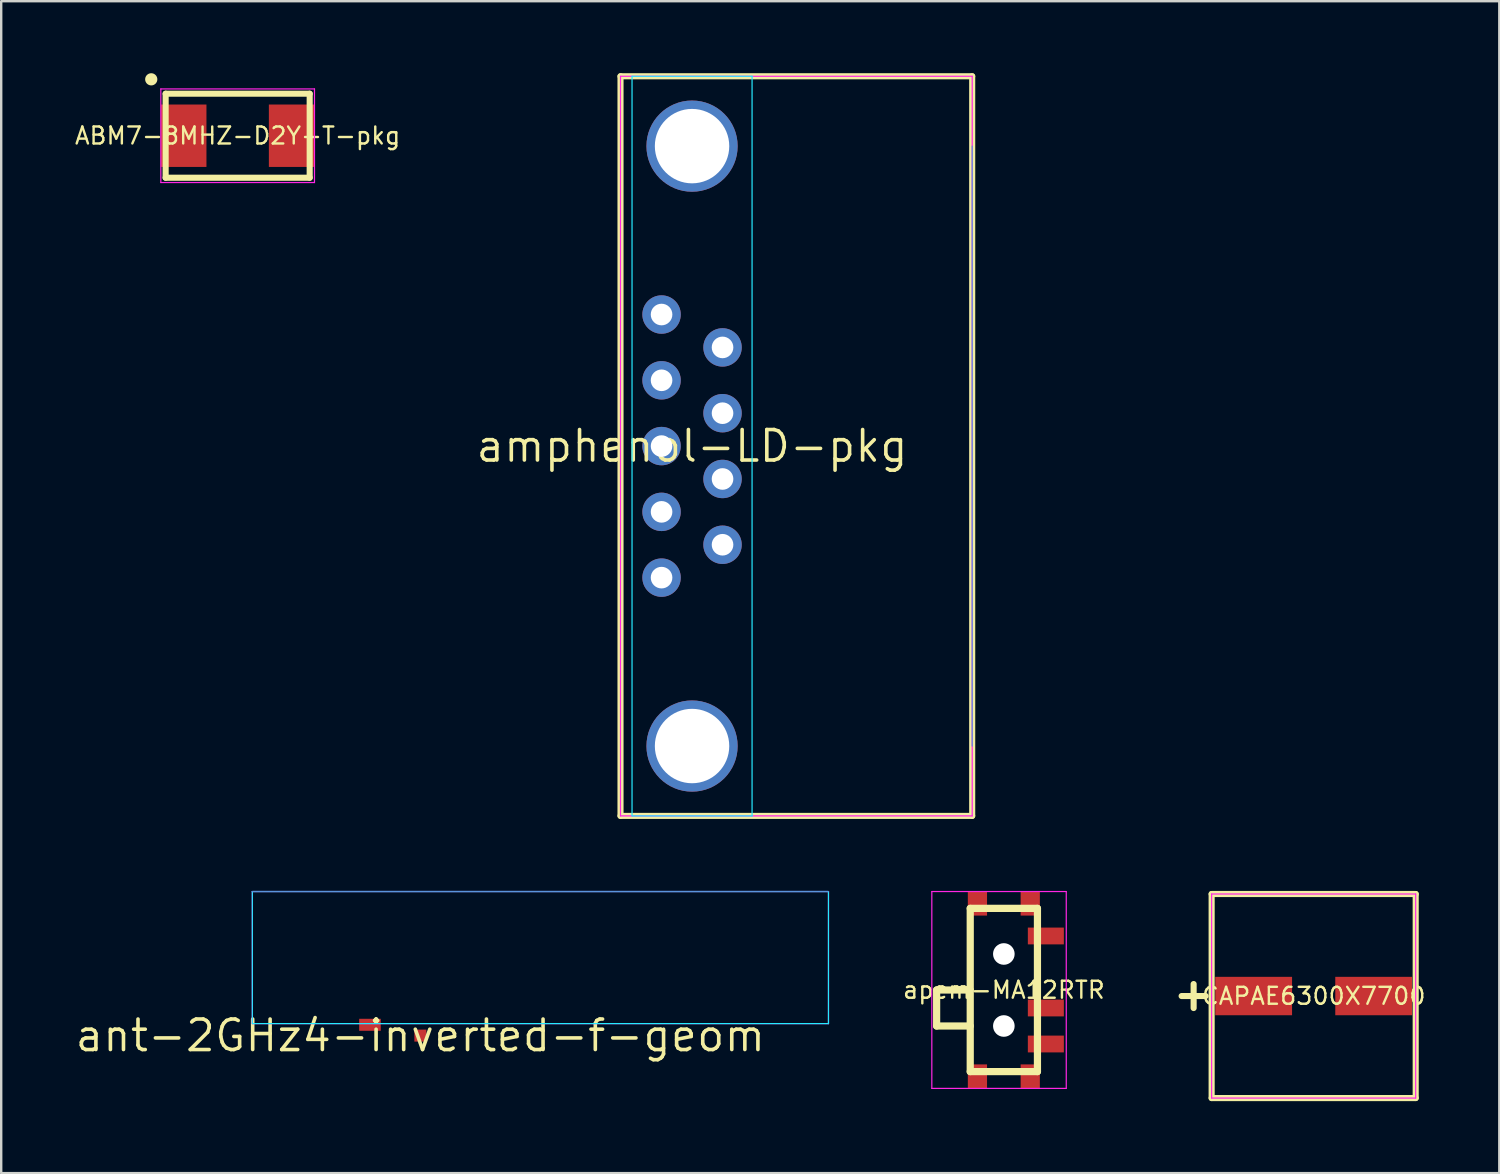
<source format=kicad_pcb>
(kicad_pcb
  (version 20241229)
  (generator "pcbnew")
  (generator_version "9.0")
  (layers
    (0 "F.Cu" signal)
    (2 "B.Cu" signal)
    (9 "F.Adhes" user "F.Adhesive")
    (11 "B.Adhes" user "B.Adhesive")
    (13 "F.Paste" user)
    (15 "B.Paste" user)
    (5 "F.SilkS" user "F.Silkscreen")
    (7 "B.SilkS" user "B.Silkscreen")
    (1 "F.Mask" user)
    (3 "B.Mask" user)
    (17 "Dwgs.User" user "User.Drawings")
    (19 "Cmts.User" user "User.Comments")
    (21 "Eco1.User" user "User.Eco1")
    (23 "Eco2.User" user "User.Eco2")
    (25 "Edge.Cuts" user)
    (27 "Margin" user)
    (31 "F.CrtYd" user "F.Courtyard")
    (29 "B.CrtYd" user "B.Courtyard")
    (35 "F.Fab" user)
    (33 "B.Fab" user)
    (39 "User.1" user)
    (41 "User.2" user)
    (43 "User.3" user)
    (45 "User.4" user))
  (footprint "CAPAE6300X7700"
    (layer "F.Cu")
    (at 51.672 38.441)
    (property "Reference" "CAPAE6300X7700" (at 0 0 0) (layer "F.SilkS") (effects (font (size 0.706 0.706) (thickness 0.1))))
    (attr through_hole)
    (fp_line (start -5.5 0) (end -4.5 0) (stroke (width 0.254) (type solid)) (layer "F.SilkS"))
    (fp_line (start -5 0.5) (end -5 -0.5) (stroke (width 0.254) (type solid)) (layer "F.SilkS"))
    (fp_line (start -4.25 -4.25) (end -4.25 4.25) (stroke (width 0.254) (type solid)) (layer "F.SilkS"))
    (fp_line (start -4.25 4.25) (end 4.25 4.25) (stroke (width 0.254) (type solid)) (layer "F.SilkS"))
    (fp_line (start 4.25 -4.25) (end -4.25 -4.25) (stroke (width 0.254) (type solid)) (layer "F.SilkS"))
    (fp_line (start 4.25 4.25) (end 4.25 -4.25) (stroke (width 0.254) (type solid)) (layer "F.SilkS"))
    (fp_line (start -4.25 -4.25) (end -4.25 4.25) (stroke (width 0.05) (type solid)) (layer "F.CrtYd"))
    (fp_line (start -4.25 4.25) (end 4.25 4.25) (stroke (width 0.05) (type solid)) (layer "F.CrtYd"))
    (fp_line (start 4.25 -4.25) (end -4.25 -4.25) (stroke (width 0.05) (type solid)) (layer "F.CrtYd"))
    (fp_line (start 4.25 4.25) (end 4.25 -4.25) (stroke (width 0.05) (type solid)) (layer "F.CrtYd"))
    (pad "1" smd rect (at -2.5 0) (size 3.2 1.6) (layers "F.Cu" "F.Mask" "F.Paste"))
    (pad "2" smd rect (at 2.5 0) (size 3.2 1.6) (layers "F.Cu" "F.Mask" "F.Paste")))
  (footprint "ABM7-8MHZ-D2Y-T-pkg"
    (layer "F.Cu")
    (at 6.85 2.604)
    (property "Reference" "ABM7-8MHZ-D2Y-T-pkg" (at 0 0 0) (layer "F.SilkS") (effects (font (size 0.706 0.706) (thickness 0.1))))
    (attr through_hole)
    (fp_line (start -3 -1.75) (end -3 1.75) (stroke (width 0.254) (type solid)) (layer "F.SilkS"))
    (fp_line (start -3 1.75) (end 3 1.75) (stroke (width 0.254) (type solid)) (layer "F.SilkS"))
    (fp_line (start 3 -1.75) (end -3 -1.75) (stroke (width 0.254) (type solid)) (layer "F.SilkS"))
    (fp_line (start 3 1.75) (end 3 -1.75) (stroke (width 0.254) (type solid)) (layer "F.SilkS"))
    (fp_poly (pts (xy -3.346 -2.35) (xy -3.351 -2.4) (xy -3.365 -2.447) (xy -3.389 -2.491) (xy -3.42 -2.53) (xy -3.459 -2.561) (xy -3.503 -2.585) (xy -3.55 -2.599) (xy -3.6 -2.604) (xy -3.65 -2.599) (xy -3.697 -2.585) (xy -3.741 -2.561) (xy -3.78 -2.53) (xy -3.811 -2.491) (xy -3.835 -2.447) (xy -3.849 -2.4) (xy -3.854 -2.35) (xy -3.849 -2.3) (xy -3.835 -2.253) (xy -3.811 -2.209) (xy -3.78 -2.17) (xy -3.741 -2.139) (xy -3.697 -2.115) (xy -3.65 -2.101) (xy -3.6 -2.096) (xy -3.55 -2.101) (xy -3.503 -2.115) (xy -3.459 -2.139) (xy -3.42 -2.17) (xy -3.389 -2.209) (xy -3.365 -2.253) (xy -3.351 -2.3)) (stroke (width 0) (type solid)) (fill yes) (layer "F.SilkS"))
    (fp_line (start -3.2 -1.95) (end -3.2 1.95) (stroke (width 0.05) (type solid)) (layer "F.CrtYd"))
    (fp_line (start -3.2 1.95) (end 3.2 1.95) (stroke (width 0.05) (type solid)) (layer "F.CrtYd"))
    (fp_line (start 3.2 -1.95) (end -3.2 -1.95) (stroke (width 0.05) (type solid)) (layer "F.CrtYd"))
    (fp_line (start 3.2 1.95) (end 3.2 -1.95) (stroke (width 0.05) (type solid)) (layer "F.CrtYd"))
    (pad "1" smd rect (at -2.25 0 270) (size 2.6 1.9) (layers "F.Cu" "F.Mask" "F.Paste"))
    (pad "2" smd rect (at 2.25 0 90) (size 2.6 1.9) (layers "F.Cu" "F.Mask" "F.Paste")))
  (footprint "ant-2GHz4-inverted-f-geom"
    (layer "F.Cu")
    (at 14.461 40.089)
    (property "Reference" "ant-2GHz4-inverted-f-geom" (at 0 0 0) (layer "F.SilkS") (effects (font (size 1.27 1.27) (thickness 0.15))))
    (attr through_hole)
    (fp_line (start 17 -6) (end -7 -6) (stroke (width 0.05) (type solid)) (layer "Cmts.User"))
    (fp_line (start -7 -6) (end -7 -0.5) (stroke (width 0.05) (type solid)) (layer "B.CrtYd"))
    (fp_line (start -7 -0.5) (end 17 -0.5) (stroke (width 0.05) (type solid)) (layer "B.CrtYd"))
    (fp_line (start 17 -6) (end -7 -6) (stroke (width 0.05) (type solid)) (layer "B.CrtYd"))
    (fp_line (start 17 -0.5) (end 17 -6) (stroke (width 0.05) (type solid)) (layer "B.CrtYd"))
    (fp_line (start -7 -6) (end -7 -0.5) (stroke (width 0.05) (type solid)) (layer "F.CrtYd"))
    (fp_line (start -7 -0.5) (end 17 -0.5) (stroke (width 0.05) (type solid)) (layer "F.CrtYd"))
    (fp_line (start 17 -6) (end -7 -6) (stroke (width 0.05) (type solid)) (layer "F.CrtYd"))
    (fp_line (start 17 -0.5) (end 17 -6) (stroke (width 0.05) (type solid)) (layer "F.CrtYd"))
    (pad "1" smd rect (at 0 0) (size 0.5 0.5) (layers "F.Cu" "F.Mask" "F.Paste"))
    (pad "2" smd rect (at -2.1 -0.45) (size 0.9 0.5) (layers "F.Cu" "F.Mask" "F.Paste")))
  (footprint "amphenol-LD-pkg"
    (layer "F.Cu")
    (at 25.778 15.532)
    (property "Reference" "amphenol-LD-pkg" (at 0 0 0) (layer "F.SilkS") (effects (font (size 1.27 1.27) (thickness 0.15))))
    (attr through_hole)
    (fp_line (start -2.98 -15.405) (end -2.98 15.405) (stroke (width 0.254) (type solid)) (layer "F.SilkS"))
    (fp_line (start -2.98 15.405) (end 11.67 15.405) (stroke (width 0.254) (type solid)) (layer "F.SilkS"))
    (fp_line (start 11.67 -15.405) (end -2.98 -15.405) (stroke (width 0.254) (type solid)) (layer "F.SilkS"))
    (fp_line (start 11.67 15.405) (end 11.67 -15.405) (stroke (width 0.254) (type solid)) (layer "F.SilkS"))
    (fp_line (start 11.67 12.495) (end 11.67 -12.495) (stroke (width 0.05) (type solid)) (layer "Cmts.User"))
    (fp_line (start -2.5 -15.405) (end -2.5 15.405) (stroke (width 0.05) (type solid)) (layer "B.CrtYd"))
    (fp_line (start -2.5 15.405) (end 2.5 15.405) (stroke (width 0.05) (type solid)) (layer "B.CrtYd"))
    (fp_line (start 2.5 -15.405) (end -2.5 -15.405) (stroke (width 0.05) (type solid)) (layer "B.CrtYd"))
    (fp_line (start 2.5 15.405) (end 2.5 -15.405) (stroke (width 0.05) (type solid)) (layer "B.CrtYd"))
    (fp_line (start -2.98 -15.405) (end -2.98 15.405) (stroke (width 0.05) (type solid)) (layer "F.CrtYd"))
    (fp_line (start -2.98 15.405) (end 11.67 15.405) (stroke (width 0.05) (type solid)) (layer "F.CrtYd"))
    (fp_line (start 11.67 -15.405) (end -2.98 -15.405) (stroke (width 0.05) (type solid)) (layer "F.CrtYd"))
    (fp_line (start 11.67 15.405) (end 11.67 -15.405) (stroke (width 0.05) (type solid)) (layer "F.CrtYd"))
    (pad "1" thru_hole circle (at -1.27 -5.48) (size 1.6 1.6) (drill 0.9) (layers "*.Cu" "*.Mask"))
    (pad "2" thru_hole circle (at -1.27 -2.74) (size 1.6 1.6) (drill 0.9) (layers "*.Cu" "*.Mask"))
    (pad "3" thru_hole circle (at -1.27 0) (size 1.6 1.6) (drill 0.9) (layers "*.Cu" "*.Mask"))
    (pad "4" thru_hole circle (at -1.27 2.74) (size 1.6 1.6) (drill 0.9) (layers "*.Cu" "*.Mask"))
    (pad "5" thru_hole circle (at -1.27 5.48) (size 1.6 1.6) (drill 0.9) (layers "*.Cu" "*.Mask"))
    (pad "6" thru_hole circle (at 1.27 -4.11) (size 1.6 1.6) (drill 0.9) (layers "*.Cu" "*.Mask"))
    (pad "7" thru_hole circle (at 1.27 -1.37) (size 1.6 1.6) (drill 0.9) (layers "*.Cu" "*.Mask"))
    (pad "8" thru_hole circle (at 1.27 1.37) (size 1.6 1.6) (drill 0.9) (layers "*.Cu" "*.Mask"))
    (pad "9" thru_hole circle (at 1.27 4.11) (size 1.6 1.6) (drill 0.9) (layers "*.Cu" "*.Mask"))
    (pad "10" thru_hole circle (at 0 -12.495) (size 3.8 3.8) (drill 3.1) (layers "*.Cu" "*.Mask"))
    (pad "11" thru_hole circle (at 0 12.495) (size 3.8 3.8) (drill 3.1) (layers "*.Cu" "*.Mask")))
  (footprint "apem-MA12RTR"
    (layer "F.Cu")
    (at 38.766 38.189)
    (property "Reference" "apem-MA12RTR" (at 0 0 0) (layer "F.SilkS") (effects (font (size 0.706 0.706) (thickness 0.1))))
    (attr through_hole)
    (fp_line (start -2.8 0) (end -2.8 1.5) (stroke (width 0.3) (type solid)) (layer "F.SilkS"))
    (fp_line (start -2.8 1.5) (end -1.4 1.5) (stroke (width 0.3) (type solid)) (layer "F.SilkS"))
    (fp_line (start -1.4 -3.4) (end -1.4 3.4) (stroke (width 0.3) (type solid)) (layer "F.SilkS"))
    (fp_line (start -1.4 0) (end -2.8 0) (stroke (width 0.3) (type solid)) (layer "F.SilkS"))
    (fp_line (start -1.4 3.4) (end 1.4 3.4) (stroke (width 0.3) (type solid)) (layer "F.SilkS"))
    (fp_line (start 1.4 -3.4) (end -1.4 -3.4) (stroke (width 0.3) (type solid)) (layer "F.SilkS"))
    (fp_line (start 1.4 3.4) (end 1.4 -3.4) (stroke (width 0.3) (type solid)) (layer "F.SilkS"))
    (fp_line (start -3 -4.1) (end -3 4.1) (stroke (width 0.05) (type solid)) (layer "F.CrtYd"))
    (fp_line (start -3 4.1) (end 2.6 4.1) (stroke (width 0.05) (type solid)) (layer "F.CrtYd"))
    (fp_line (start 2.6 -4.1) (end -3 -4.1) (stroke (width 0.05) (type solid)) (layer "F.CrtYd"))
    (fp_line (start 2.6 4.1) (end 2.6 -4.1) (stroke (width 0.05) (type solid)) (layer "F.CrtYd"))
    (pad "" np_thru_hole circle (at 0 -1.5) (size 0.9 0.9) (drill 0.9) (layers "*.Cu" "*.Mask"))
    (pad "" np_thru_hole circle (at 0 1.5) (size 0.9 0.9) (drill 0.9) (layers "*.Cu" "*.Mask"))
    (pad "1" smd rect (at 1.75 -2.25) (size 1.5 0.7) (layers "F.Cu" "F.Mask" "F.Paste"))
    (pad "2" smd rect (at 1.75 0.75) (size 1.5 0.7) (layers "F.Cu" "F.Mask" "F.Paste"))
    (pad "3" smd rect (at 1.75 2.25) (size 1.5 0.7) (layers "F.Cu" "F.Mask" "F.Paste"))
    (pad "4" smd rect (at -1.1 -3.6) (size 0.8 1) (layers "F.Cu" "F.Mask" "F.Paste"))
    (pad "4" smd rect (at -1.1 3.6) (size 0.8 1) (layers "F.Cu" "F.Mask" "F.Paste"))
    (pad "4" smd rect (at 1.1 -3.6) (size 0.8 1) (layers "F.Cu" "F.Mask" "F.Paste"))
    (pad "4" smd rect (at 1.1 3.6) (size 0.8 1) (layers "F.Cu" "F.Mask" "F.Paste")))
  (gr_rect
    (start -3 -3)
    (end 59.405 45.818)
    (stroke (width 0.1) (type default))
    (fill no)
    (layer "Edge.Cuts")))
</source>
